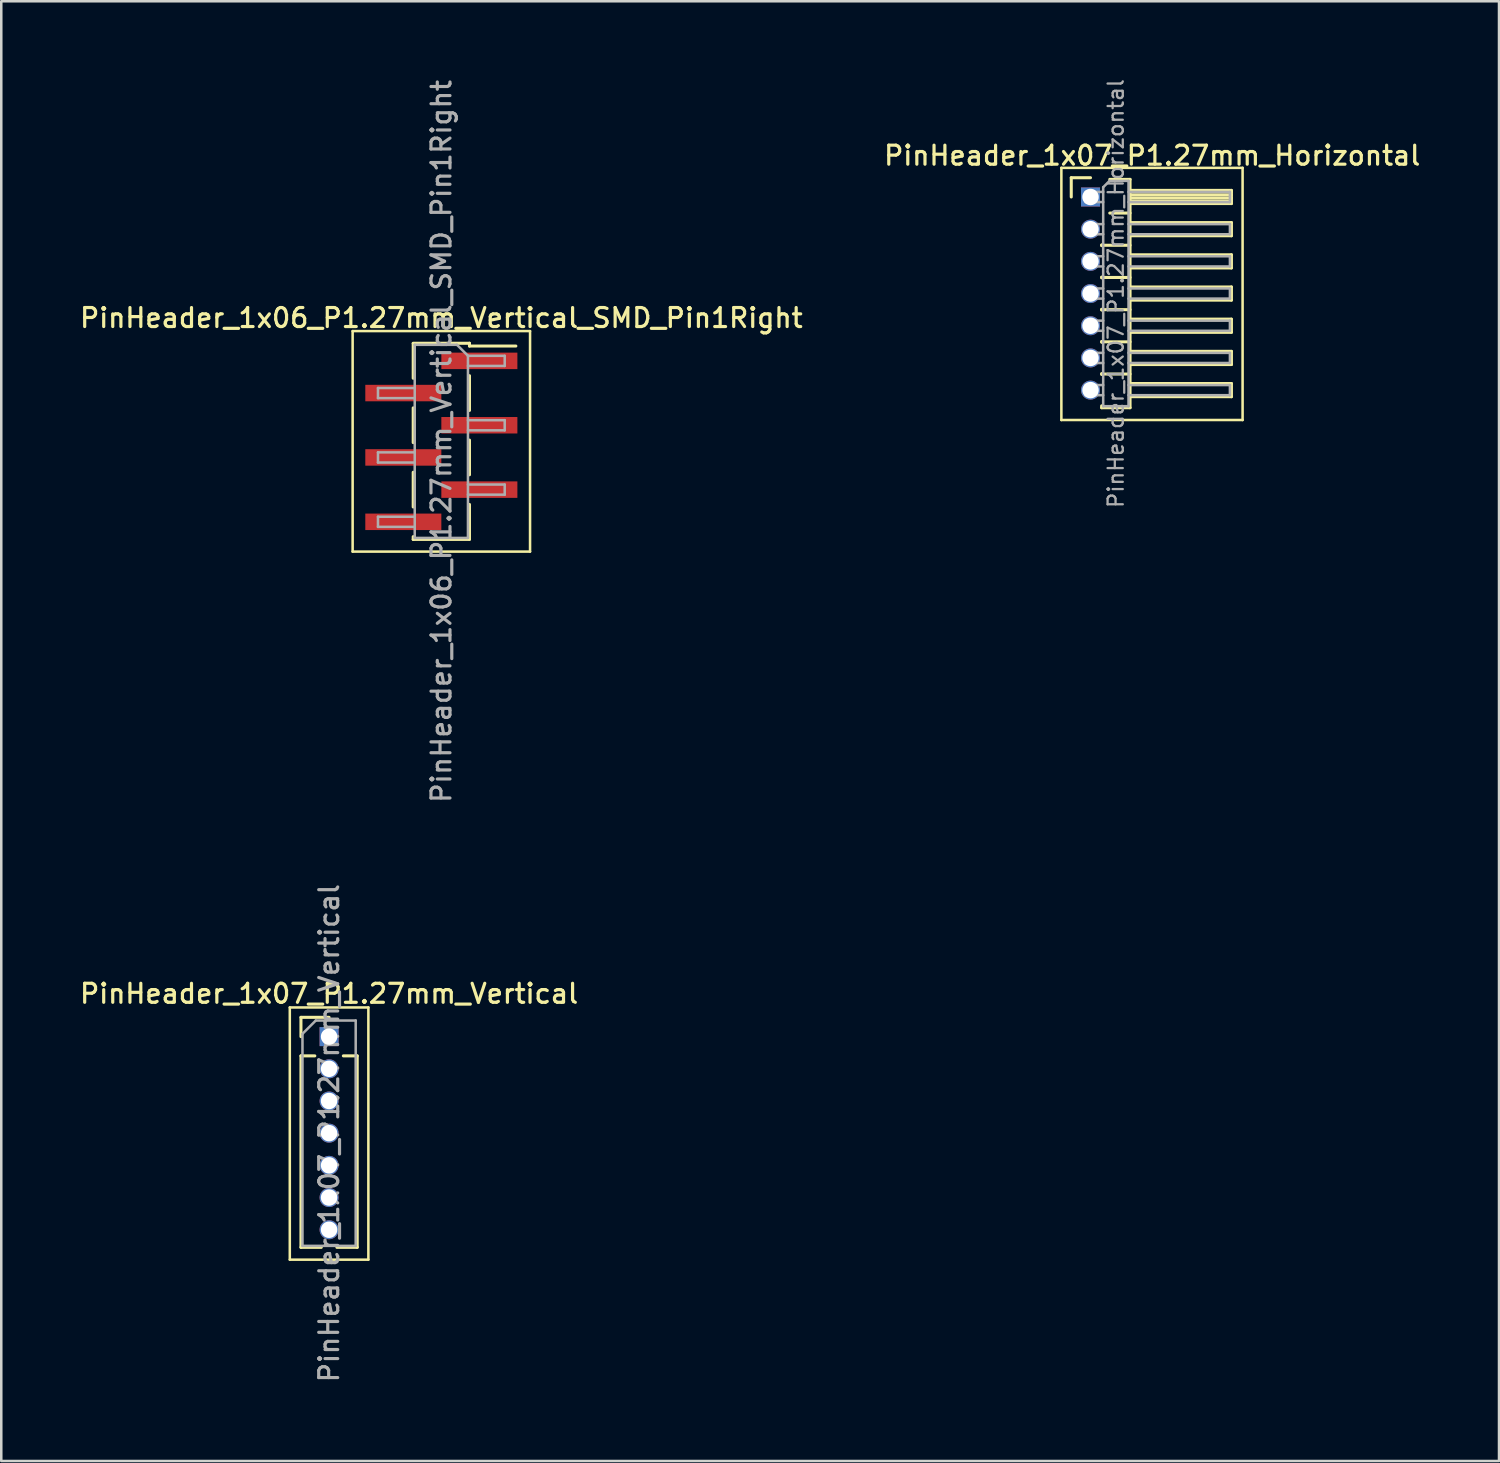
<source format=kicad_pcb>
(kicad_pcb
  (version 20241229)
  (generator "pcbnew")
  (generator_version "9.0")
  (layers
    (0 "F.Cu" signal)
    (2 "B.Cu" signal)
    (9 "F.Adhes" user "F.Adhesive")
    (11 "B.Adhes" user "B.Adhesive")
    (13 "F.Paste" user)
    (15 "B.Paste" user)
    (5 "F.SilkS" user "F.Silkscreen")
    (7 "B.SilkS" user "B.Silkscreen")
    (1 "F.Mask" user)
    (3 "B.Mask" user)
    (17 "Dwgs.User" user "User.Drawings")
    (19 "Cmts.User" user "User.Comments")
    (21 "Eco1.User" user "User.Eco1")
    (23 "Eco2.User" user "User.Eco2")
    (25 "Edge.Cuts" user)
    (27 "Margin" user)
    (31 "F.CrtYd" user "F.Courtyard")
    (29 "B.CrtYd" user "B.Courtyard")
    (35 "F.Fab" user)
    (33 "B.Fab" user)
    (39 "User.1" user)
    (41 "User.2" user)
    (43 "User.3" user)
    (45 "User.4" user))
  (footprint "PinHeader_1x07_P1.27mm_Vertical"
    (layer "F.Cu")
    (at 9.934 37.849)
    (property "Reference" "PinHeader_1x07_P1.27mm_Vertical" (at 0 -1.695 0) (layer "F.SilkS") (effects (font (size 0.75 0.75) (thickness 0.125))))
    (attr through_hole)
    (fp_line (start -1.55 -1.15) (end -1.55 8.8) (stroke (width 0.1) (type solid)) (layer "F.SilkS"))
    (fp_line (start -1.55 8.8) (end 1.55 8.8) (stroke (width 0.1) (type solid)) (layer "F.SilkS"))
    (fp_line (start -1.11 -0.76) (end 0 -0.76) (stroke (width 0.12) (type solid)) (layer "F.SilkS"))
    (fp_line (start -1.11 0) (end -1.11 -0.76) (stroke (width 0.12) (type solid)) (layer "F.SilkS"))
    (fp_line (start -1.11 0.76) (end -1.11 8.315) (stroke (width 0.12) (type solid)) (layer "F.SilkS"))
    (fp_line (start -1.11 0.76) (end -0.563 0.76) (stroke (width 0.12) (type solid)) (layer "F.SilkS"))
    (fp_line (start -1.11 8.315) (end -0.308 8.315) (stroke (width 0.12) (type solid)) (layer "F.SilkS"))
    (fp_line (start 0.308 8.315) (end 1.11 8.315) (stroke (width 0.12) (type solid)) (layer "F.SilkS"))
    (fp_line (start 0.563 0.76) (end 1.11 0.76) (stroke (width 0.12) (type solid)) (layer "F.SilkS"))
    (fp_line (start 1.11 0.76) (end 1.11 8.315) (stroke (width 0.12) (type solid)) (layer "F.SilkS"))
    (fp_line (start 1.55 -1.15) (end -1.55 -1.15) (stroke (width 0.1) (type solid)) (layer "F.SilkS"))
    (fp_line (start 1.55 8.8) (end 1.55 -1.15) (stroke (width 0.1) (type solid)) (layer "F.SilkS"))
    (fp_line (start -1.05 -0.11) (end -0.525 -0.635) (stroke (width 0.1) (type solid)) (layer "F.Fab"))
    (fp_line (start -1.05 8.255) (end -1.05 -0.11) (stroke (width 0.1) (type solid)) (layer "F.Fab"))
    (fp_line (start -0.525 -0.635) (end 1.05 -0.635) (stroke (width 0.1) (type solid)) (layer "F.Fab"))
    (fp_line (start 1.05 -0.635) (end 1.05 8.255) (stroke (width 0.1) (type solid)) (layer "F.Fab"))
    (fp_line (start 1.05 8.255) (end -1.05 8.255) (stroke (width 0.1) (type solid)) (layer "F.Fab"))
    (fp_text user "${REFERENCE}" (at 0 3.81 90) (layer "F.Fab") (effects (font (size 0.75 0.75) (thickness 0.125))))
    (pad "1" thru_hole rect (at 0 0) (size 0.75 0.75) (drill 0.65) (layers "*.Cu" "*.Mask"))
    (pad "2" thru_hole oval (at 0 1.27) (size 0.75 0.75) (drill 0.65) (layers "*.Cu" "*.Mask"))
    (pad "3" thru_hole oval (at 0 2.54) (size 0.75 0.75) (drill 0.65) (layers "*.Cu" "*.Mask"))
    (pad "4" thru_hole oval (at 0 3.81) (size 0.75 0.75) (drill 0.65) (layers "*.Cu" "*.Mask"))
    (pad "5" thru_hole oval (at 0 5.08) (size 0.75 0.75) (drill 0.65) (layers "*.Cu" "*.Mask"))
    (pad "6" thru_hole oval (at 0 6.35) (size 0.75 0.75) (drill 0.65) (layers "*.Cu" "*.Mask"))
    (pad "7" thru_hole oval (at 0 7.62) (size 0.75 0.75) (drill 0.65) (layers "*.Cu" "*.Mask")))
  (footprint "PinHeader_1x07_P1.27mm_Horizontal"
    (layer "F.Cu")
    (at 39.976 4.722)
    (property "Reference" "PinHeader_1x07_P1.27mm_Horizontal" (at 2.433 -1.635 0) (layer "F.SilkS") (effects (font (size 0.75 0.75) (thickness 0.125))))
    (attr through_hole)
    (fp_line (start -1.15 -1.15) (end -1.15 8.8) (stroke (width 0.1) (type solid)) (layer "F.SilkS"))
    (fp_line (start -1.15 8.8) (end 6 8.8) (stroke (width 0.1) (type solid)) (layer "F.SilkS"))
    (fp_line (start -0.76 -0.76) (end 0 -0.76) (stroke (width 0.12) (type solid)) (layer "F.SilkS"))
    (fp_line (start -0.76 0) (end -0.76 -0.76) (stroke (width 0.12) (type solid)) (layer "F.SilkS"))
    (fp_line (start 0.44 1.89) (end 0.44 1.92) (stroke (width 0.12) (type solid)) (layer "F.SilkS"))
    (fp_line (start 0.44 1.905) (end 1.56 1.905) (stroke (width 0.12) (type solid)) (layer "F.SilkS"))
    (fp_line (start 0.44 3.16) (end 0.44 3.19) (stroke (width 0.12) (type solid)) (layer "F.SilkS"))
    (fp_line (start 0.44 3.175) (end 1.56 3.175) (stroke (width 0.12) (type solid)) (layer "F.SilkS"))
    (fp_line (start 0.44 4.43) (end 0.44 4.46) (stroke (width 0.12) (type solid)) (layer "F.SilkS"))
    (fp_line (start 0.44 4.445) (end 1.56 4.445) (stroke (width 0.12) (type solid)) (layer "F.SilkS"))
    (fp_line (start 0.44 5.7) (end 0.44 5.73) (stroke (width 0.12) (type solid)) (layer "F.SilkS"))
    (fp_line (start 0.44 5.715) (end 1.56 5.715) (stroke (width 0.12) (type solid)) (layer "F.SilkS"))
    (fp_line (start 0.44 6.97) (end 0.44 7) (stroke (width 0.12) (type solid)) (layer "F.SilkS"))
    (fp_line (start 0.44 6.985) (end 1.56 6.985) (stroke (width 0.12) (type solid)) (layer "F.SilkS"))
    (fp_line (start 0.44 8.315) (end 0.44 8.24) (stroke (width 0.12) (type solid)) (layer "F.SilkS"))
    (fp_line (start 0.76 -0.695) (end 1.56 -0.695) (stroke (width 0.12) (type solid)) (layer "F.SilkS"))
    (fp_line (start 0.76 0.635) (end 1.56 0.635) (stroke (width 0.12) (type solid)) (layer "F.SilkS"))
    (fp_line (start 1.56 -0.695) (end 1.56 8.315) (stroke (width 0.12) (type solid)) (layer "F.SilkS"))
    (fp_line (start 1.56 -0.26) (end 5.56 -0.26) (stroke (width 0.12) (type solid)) (layer "F.SilkS"))
    (fp_line (start 1.56 -0.2) (end 5.56 -0.2) (stroke (width 0.12) (type solid)) (layer "F.SilkS"))
    (fp_line (start 1.56 -0.08) (end 5.56 -0.08) (stroke (width 0.12) (type solid)) (layer "F.SilkS"))
    (fp_line (start 1.56 0.04) (end 5.56 0.04) (stroke (width 0.12) (type solid)) (layer "F.SilkS"))
    (fp_line (start 1.56 0.16) (end 5.56 0.16) (stroke (width 0.12) (type solid)) (layer "F.SilkS"))
    (fp_line (start 1.56 1.01) (end 5.56 1.01) (stroke (width 0.12) (type solid)) (layer "F.SilkS"))
    (fp_line (start 1.56 2.28) (end 5.56 2.28) (stroke (width 0.12) (type solid)) (layer "F.SilkS"))
    (fp_line (start 1.56 3.55) (end 5.56 3.55) (stroke (width 0.12) (type solid)) (layer "F.SilkS"))
    (fp_line (start 1.56 4.82) (end 5.56 4.82) (stroke (width 0.12) (type solid)) (layer "F.SilkS"))
    (fp_line (start 1.56 6.09) (end 5.56 6.09) (stroke (width 0.12) (type solid)) (layer "F.SilkS"))
    (fp_line (start 1.56 7.36) (end 5.56 7.36) (stroke (width 0.12) (type solid)) (layer "F.SilkS"))
    (fp_line (start 1.56 8.315) (end 0.44 8.315) (stroke (width 0.12) (type solid)) (layer "F.SilkS"))
    (fp_line (start 5.56 -0.26) (end 5.56 0.26) (stroke (width 0.12) (type solid)) (layer "F.SilkS"))
    (fp_line (start 5.56 0.26) (end 1.56 0.26) (stroke (width 0.12) (type solid)) (layer "F.SilkS"))
    (fp_line (start 5.56 1.01) (end 5.56 1.53) (stroke (width 0.12) (type solid)) (layer "F.SilkS"))
    (fp_line (start 5.56 1.53) (end 1.56 1.53) (stroke (width 0.12) (type solid)) (layer "F.SilkS"))
    (fp_line (start 5.56 2.28) (end 5.56 2.8) (stroke (width 0.12) (type solid)) (layer "F.SilkS"))
    (fp_line (start 5.56 2.8) (end 1.56 2.8) (stroke (width 0.12) (type solid)) (layer "F.SilkS"))
    (fp_line (start 5.56 3.55) (end 5.56 4.07) (stroke (width 0.12) (type solid)) (layer "F.SilkS"))
    (fp_line (start 5.56 4.07) (end 1.56 4.07) (stroke (width 0.12) (type solid)) (layer "F.SilkS"))
    (fp_line (start 5.56 4.82) (end 5.56 5.34) (stroke (width 0.12) (type solid)) (layer "F.SilkS"))
    (fp_line (start 5.56 5.34) (end 1.56 5.34) (stroke (width 0.12) (type solid)) (layer "F.SilkS"))
    (fp_line (start 5.56 6.09) (end 5.56 6.61) (stroke (width 0.12) (type solid)) (layer "F.SilkS"))
    (fp_line (start 5.56 6.61) (end 1.56 6.61) (stroke (width 0.12) (type solid)) (layer "F.SilkS"))
    (fp_line (start 5.56 7.36) (end 5.56 7.88) (stroke (width 0.12) (type solid)) (layer "F.SilkS"))
    (fp_line (start 5.56 7.88) (end 1.56 7.88) (stroke (width 0.12) (type solid)) (layer "F.SilkS"))
    (fp_line (start 6 -1.15) (end -1.15 -1.15) (stroke (width 0.1) (type solid)) (layer "F.SilkS"))
    (fp_line (start 6 8.8) (end 6 -1.15) (stroke (width 0.1) (type solid)) (layer "F.SilkS"))
    (fp_line (start -0.2 -0.2) (end -0.2 0.2) (stroke (width 0.1) (type solid)) (layer "F.Fab"))
    (fp_line (start -0.2 -0.2) (end 0.5 -0.2) (stroke (width 0.1) (type solid)) (layer "F.Fab"))
    (fp_line (start -0.2 0.2) (end 0.5 0.2) (stroke (width 0.1) (type solid)) (layer "F.Fab"))
    (fp_line (start -0.2 1.07) (end -0.2 1.47) (stroke (width 0.1) (type solid)) (layer "F.Fab"))
    (fp_line (start -0.2 1.07) (end 0.5 1.07) (stroke (width 0.1) (type solid)) (layer "F.Fab"))
    (fp_line (start -0.2 1.47) (end 0.5 1.47) (stroke (width 0.1) (type solid)) (layer "F.Fab"))
    (fp_line (start -0.2 2.34) (end -0.2 2.74) (stroke (width 0.1) (type solid)) (layer "F.Fab"))
    (fp_line (start -0.2 2.34) (end 0.5 2.34) (stroke (width 0.1) (type solid)) (layer "F.Fab"))
    (fp_line (start -0.2 2.74) (end 0.5 2.74) (stroke (width 0.1) (type solid)) (layer "F.Fab"))
    (fp_line (start -0.2 3.61) (end -0.2 4.01) (stroke (width 0.1) (type solid)) (layer "F.Fab"))
    (fp_line (start -0.2 3.61) (end 0.5 3.61) (stroke (width 0.1) (type solid)) (layer "F.Fab"))
    (fp_line (start -0.2 4.01) (end 0.5 4.01) (stroke (width 0.1) (type solid)) (layer "F.Fab"))
    (fp_line (start -0.2 4.88) (end -0.2 5.28) (stroke (width 0.1) (type solid)) (layer "F.Fab"))
    (fp_line (start -0.2 4.88) (end 0.5 4.88) (stroke (width 0.1) (type solid)) (layer "F.Fab"))
    (fp_line (start -0.2 5.28) (end 0.5 5.28) (stroke (width 0.1) (type solid)) (layer "F.Fab"))
    (fp_line (start -0.2 6.15) (end -0.2 6.55) (stroke (width 0.1) (type solid)) (layer "F.Fab"))
    (fp_line (start -0.2 6.15) (end 0.5 6.15) (stroke (width 0.1) (type solid)) (layer "F.Fab"))
    (fp_line (start -0.2 6.55) (end 0.5 6.55) (stroke (width 0.1) (type solid)) (layer "F.Fab"))
    (fp_line (start -0.2 7.42) (end -0.2 7.82) (stroke (width 0.1) (type solid)) (layer "F.Fab"))
    (fp_line (start -0.2 7.42) (end 0.5 7.42) (stroke (width 0.1) (type solid)) (layer "F.Fab"))
    (fp_line (start -0.2 7.82) (end 0.5 7.82) (stroke (width 0.1) (type solid)) (layer "F.Fab"))
    (fp_line (start 0.5 -0.385) (end 0.75 -0.635) (stroke (width 0.1) (type solid)) (layer "F.Fab"))
    (fp_line (start 0.5 8.255) (end 0.5 -0.385) (stroke (width 0.1) (type solid)) (layer "F.Fab"))
    (fp_line (start 0.75 -0.635) (end 1.5 -0.635) (stroke (width 0.1) (type solid)) (layer "F.Fab"))
    (fp_line (start 1.5 -0.635) (end 1.5 8.255) (stroke (width 0.1) (type solid)) (layer "F.Fab"))
    (fp_line (start 1.5 -0.2) (end 5.5 -0.2) (stroke (width 0.1) (type solid)) (layer "F.Fab"))
    (fp_line (start 1.5 0.2) (end 5.5 0.2) (stroke (width 0.1) (type solid)) (layer "F.Fab"))
    (fp_line (start 1.5 1.07) (end 5.5 1.07) (stroke (width 0.1) (type solid)) (layer "F.Fab"))
    (fp_line (start 1.5 1.47) (end 5.5 1.47) (stroke (width 0.1) (type solid)) (layer "F.Fab"))
    (fp_line (start 1.5 2.34) (end 5.5 2.34) (stroke (width 0.1) (type solid)) (layer "F.Fab"))
    (fp_line (start 1.5 2.74) (end 5.5 2.74) (stroke (width 0.1) (type solid)) (layer "F.Fab"))
    (fp_line (start 1.5 3.61) (end 5.5 3.61) (stroke (width 0.1) (type solid)) (layer "F.Fab"))
    (fp_line (start 1.5 4.01) (end 5.5 4.01) (stroke (width 0.1) (type solid)) (layer "F.Fab"))
    (fp_line (start 1.5 4.88) (end 5.5 4.88) (stroke (width 0.1) (type solid)) (layer "F.Fab"))
    (fp_line (start 1.5 5.28) (end 5.5 5.28) (stroke (width 0.1) (type solid)) (layer "F.Fab"))
    (fp_line (start 1.5 6.15) (end 5.5 6.15) (stroke (width 0.1) (type solid)) (layer "F.Fab"))
    (fp_line (start 1.5 6.55) (end 5.5 6.55) (stroke (width 0.1) (type solid)) (layer "F.Fab"))
    (fp_line (start 1.5 7.42) (end 5.5 7.42) (stroke (width 0.1) (type solid)) (layer "F.Fab"))
    (fp_line (start 1.5 7.82) (end 5.5 7.82) (stroke (width 0.1) (type solid)) (layer "F.Fab"))
    (fp_line (start 1.5 8.255) (end 0.5 8.255) (stroke (width 0.1) (type solid)) (layer "F.Fab"))
    (fp_line (start 5.5 -0.2) (end 5.5 0.2) (stroke (width 0.1) (type solid)) (layer "F.Fab"))
    (fp_line (start 5.5 1.07) (end 5.5 1.47) (stroke (width 0.1) (type solid)) (layer "F.Fab"))
    (fp_line (start 5.5 2.34) (end 5.5 2.74) (stroke (width 0.1) (type solid)) (layer "F.Fab"))
    (fp_line (start 5.5 3.61) (end 5.5 4.01) (stroke (width 0.1) (type solid)) (layer "F.Fab"))
    (fp_line (start 5.5 4.88) (end 5.5 5.28) (stroke (width 0.1) (type solid)) (layer "F.Fab"))
    (fp_line (start 5.5 6.15) (end 5.5 6.55) (stroke (width 0.1) (type solid)) (layer "F.Fab"))
    (fp_line (start 5.5 7.42) (end 5.5 7.82) (stroke (width 0.1) (type solid)) (layer "F.Fab"))
    (fp_text user "${REFERENCE}" (at 1 3.81 90) (layer "F.Fab") (effects (font (size 0.6 0.6) (thickness 0.09))))
    (pad "1" thru_hole rect (at 0 0) (size 0.75 0.75) (drill 0.65) (layers "*.Cu" "*.Mask"))
    (pad "2" thru_hole oval (at 0 1.27) (size 0.75 0.75) (drill 0.65) (layers "*.Cu" "*.Mask"))
    (pad "3" thru_hole oval (at 0 2.54) (size 0.75 0.75) (drill 0.65) (layers "*.Cu" "*.Mask"))
    (pad "4" thru_hole oval (at 0 3.81) (size 0.75 0.75) (drill 0.65) (layers "*.Cu" "*.Mask"))
    (pad "5" thru_hole oval (at 0 5.08) (size 0.75 0.75) (drill 0.65) (layers "*.Cu" "*.Mask"))
    (pad "6" thru_hole oval (at 0 6.35) (size 0.75 0.75) (drill 0.65) (layers "*.Cu" "*.Mask"))
    (pad "7" thru_hole oval (at 0 7.62) (size 0.75 0.75) (drill 0.65) (layers "*.Cu" "*.Mask")))
  (footprint "PinHeader_1x06_P1.27mm_Vertical_SMD_Pin1Right"
    (layer "F.Cu")
    (at 14.363 14.363)
    (property "Reference" "PinHeader_1x06_P1.27mm_Vertical_SMD_Pin1Right" (at 0 -4.87 0) (layer "F.SilkS") (effects (font (size 0.75 0.75) (thickness 0.125))))
    (attr smd)
    (fp_line (start -3.5 -4.35) (end -3.5 4.35) (stroke (width 0.1) (type solid)) (layer "F.SilkS"))
    (fp_line (start -3.5 4.35) (end 3.5 4.35) (stroke (width 0.1) (type solid)) (layer "F.SilkS"))
    (fp_line (start -1.11 -3.87) (end 1.11 -3.87) (stroke (width 0.12) (type solid)) (layer "F.SilkS"))
    (fp_line (start -1.11 -3.86) (end -1.11 -2.49) (stroke (width 0.12) (type solid)) (layer "F.SilkS"))
    (fp_line (start -1.11 -1.32) (end -1.11 0.05) (stroke (width 0.12) (type solid)) (layer "F.SilkS"))
    (fp_line (start -1.11 1.22) (end -1.11 2.59) (stroke (width 0.12) (type solid)) (layer "F.SilkS"))
    (fp_line (start -1.11 3.76) (end -1.11 3.87) (stroke (width 0.12) (type solid)) (layer "F.SilkS"))
    (fp_line (start -1.11 3.87) (end 1.11 3.87) (stroke (width 0.12) (type solid)) (layer "F.SilkS"))
    (fp_line (start 1.11 -3.87) (end 1.11 -3.76) (stroke (width 0.12) (type solid)) (layer "F.SilkS"))
    (fp_line (start 1.11 -3.76) (end 2.94 -3.76) (stroke (width 0.12) (type solid)) (layer "F.SilkS"))
    (fp_line (start 1.11 -2.59) (end 1.11 -1.22) (stroke (width 0.12) (type solid)) (layer "F.SilkS"))
    (fp_line (start 1.11 -0.05) (end 1.11 1.32) (stroke (width 0.12) (type solid)) (layer "F.SilkS"))
    (fp_line (start 1.11 2.49) (end 1.11 3.86) (stroke (width 0.12) (type solid)) (layer "F.SilkS"))
    (fp_line (start 3.5 -4.35) (end -3.5 -4.35) (stroke (width 0.1) (type solid)) (layer "F.SilkS"))
    (fp_line (start 3.5 4.35) (end 3.5 -4.35) (stroke (width 0.1) (type solid)) (layer "F.SilkS"))
    (fp_line (start -2.5 -2.105) (end -2.5 -1.705) (stroke (width 0.1) (type solid)) (layer "F.Fab"))
    (fp_line (start -2.5 -1.705) (end -1.05 -1.705) (stroke (width 0.1) (type solid)) (layer "F.Fab"))
    (fp_line (start -2.5 0.435) (end -2.5 0.835) (stroke (width 0.1) (type solid)) (layer "F.Fab"))
    (fp_line (start -2.5 0.835) (end -1.05 0.835) (stroke (width 0.1) (type solid)) (layer "F.Fab"))
    (fp_line (start -2.5 2.975) (end -2.5 3.375) (stroke (width 0.1) (type solid)) (layer "F.Fab"))
    (fp_line (start -2.5 3.375) (end -1.05 3.375) (stroke (width 0.1) (type solid)) (layer "F.Fab"))
    (fp_line (start -1.05 -3.81) (end -1.05 3.81) (stroke (width 0.1) (type solid)) (layer "F.Fab"))
    (fp_line (start -1.05 -3.81) (end 0.615 -3.81) (stroke (width 0.1) (type solid)) (layer "F.Fab"))
    (fp_line (start -1.05 -2.105) (end -2.5 -2.105) (stroke (width 0.1) (type solid)) (layer "F.Fab"))
    (fp_line (start -1.05 0.435) (end -2.5 0.435) (stroke (width 0.1) (type solid)) (layer "F.Fab"))
    (fp_line (start -1.05 2.975) (end -2.5 2.975) (stroke (width 0.1) (type solid)) (layer "F.Fab"))
    (fp_line (start 1.05 -3.375) (end 0.615 -3.81) (stroke (width 0.1) (type solid)) (layer "F.Fab"))
    (fp_line (start 1.05 -3.375) (end 2.5 -3.375) (stroke (width 0.1) (type solid)) (layer "F.Fab"))
    (fp_line (start 1.05 -0.835) (end 2.5 -0.835) (stroke (width 0.1) (type solid)) (layer "F.Fab"))
    (fp_line (start 1.05 1.705) (end 2.5 1.705) (stroke (width 0.1) (type solid)) (layer "F.Fab"))
    (fp_line (start 1.05 3.81) (end -1.05 3.81) (stroke (width 0.1) (type solid)) (layer "F.Fab"))
    (fp_line (start 1.05 3.81) (end 1.05 -3.375) (stroke (width 0.1) (type solid)) (layer "F.Fab"))
    (fp_line (start 2.5 -3.375) (end 2.5 -2.975) (stroke (width 0.1) (type solid)) (layer "F.Fab"))
    (fp_line (start 2.5 -2.975) (end 1.05 -2.975) (stroke (width 0.1) (type solid)) (layer "F.Fab"))
    (fp_line (start 2.5 -0.835) (end 2.5 -0.435) (stroke (width 0.1) (type solid)) (layer "F.Fab"))
    (fp_line (start 2.5 -0.435) (end 1.05 -0.435) (stroke (width 0.1) (type solid)) (layer "F.Fab"))
    (fp_line (start 2.5 1.705) (end 2.5 2.105) (stroke (width 0.1) (type solid)) (layer "F.Fab"))
    (fp_line (start 2.5 2.105) (end 1.05 2.105) (stroke (width 0.1) (type solid)) (layer "F.Fab"))
    (fp_text user "${REFERENCE}" (at 0 0 90) (layer "F.Fab") (effects (font (size 0.75 0.75) (thickness 0.125))))
    (pad "1" smd rect (at 1.5 -3.175) (size 3 0.65) (layers "F.Cu" "F.Mask" "F.Paste"))
    (pad "2" smd rect (at -1.5 -1.905) (size 3 0.65) (layers "F.Cu" "F.Mask" "F.Paste"))
    (pad "3" smd rect (at 1.5 -0.635) (size 3 0.65) (layers "F.Cu" "F.Mask" "F.Paste"))
    (pad "4" smd rect (at -1.5 0.635) (size 3 0.65) (layers "F.Cu" "F.Mask" "F.Paste"))
    (pad "5" smd rect (at 1.5 1.905) (size 3 0.65) (layers "F.Cu" "F.Mask" "F.Paste"))
    (pad "6" smd rect (at -1.5 3.175) (size 3 0.65) (layers "F.Cu" "F.Mask" "F.Paste")))
  (gr_rect
    (start -3 -3)
    (end 56.093 54.593)
    (stroke (width 0.1) (type default))
    (fill no)
    (layer "Edge.Cuts")))
</source>
